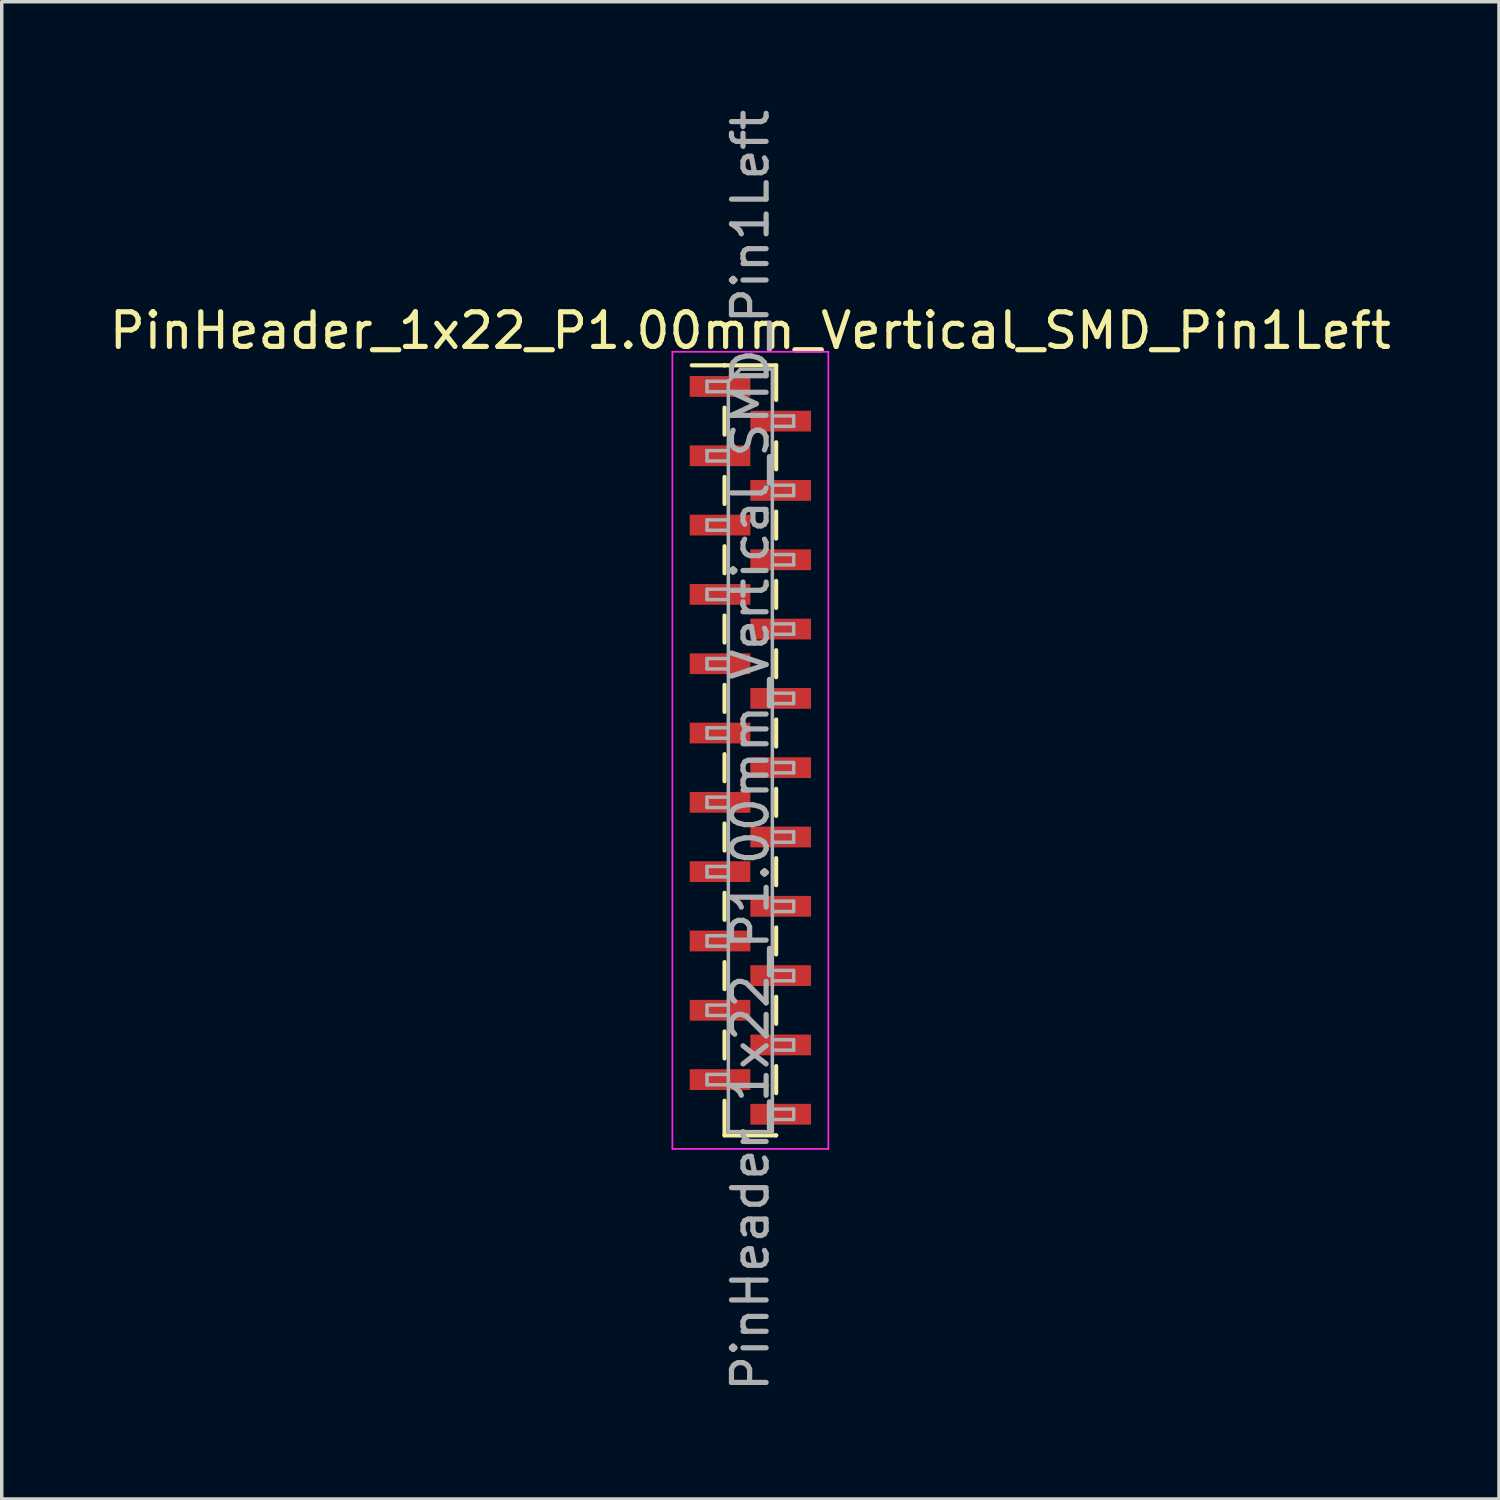
<source format=kicad_pcb>
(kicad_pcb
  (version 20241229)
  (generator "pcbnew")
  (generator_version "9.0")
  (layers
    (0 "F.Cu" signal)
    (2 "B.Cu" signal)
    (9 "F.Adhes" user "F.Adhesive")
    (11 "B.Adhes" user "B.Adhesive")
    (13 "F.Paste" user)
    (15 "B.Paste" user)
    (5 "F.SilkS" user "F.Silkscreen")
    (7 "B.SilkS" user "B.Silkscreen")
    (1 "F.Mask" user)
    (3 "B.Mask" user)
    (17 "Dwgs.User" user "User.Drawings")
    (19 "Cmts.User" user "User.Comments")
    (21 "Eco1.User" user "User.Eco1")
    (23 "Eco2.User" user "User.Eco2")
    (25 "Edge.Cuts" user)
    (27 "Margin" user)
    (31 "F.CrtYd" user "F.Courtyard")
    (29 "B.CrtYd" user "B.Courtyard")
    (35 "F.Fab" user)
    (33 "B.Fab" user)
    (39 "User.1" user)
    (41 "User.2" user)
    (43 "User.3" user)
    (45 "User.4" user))
  (footprint "PinHeader_1x22_P1.00mm_Vertical_SMD_Pin1Left"
    (layer "F.Cu")
    (at 18.601 18.601)
    (property "Reference" "PinHeader_1x22_P1.00mm_Vertical_SMD_Pin1Left" (at 0 -12.11 0) (layer "F.SilkS") (effects (font (size 1 1) (thickness 0.15))))
    (attr smd)
    (fp_line (start -0.745 -11.11) (end -1.69 -11.11) (stroke (width 0.12) (type solid)) (layer "F.SilkS"))
    (fp_line (start -0.745 -11.11) (end -0.745 -11.11) (stroke (width 0.12) (type solid)) (layer "F.SilkS"))
    (fp_line (start -0.745 -11.11) (end 0.745 -11.11) (stroke (width 0.12) (type solid)) (layer "F.SilkS"))
    (fp_line (start -0.745 -9.89) (end -0.745 -9.11) (stroke (width 0.12) (type solid)) (layer "F.SilkS"))
    (fp_line (start -0.745 -7.89) (end -0.745 -7.11) (stroke (width 0.12) (type solid)) (layer "F.SilkS"))
    (fp_line (start -0.745 -5.89) (end -0.745 -5.11) (stroke (width 0.12) (type solid)) (layer "F.SilkS"))
    (fp_line (start -0.745 -3.89) (end -0.745 -3.11) (stroke (width 0.12) (type solid)) (layer "F.SilkS"))
    (fp_line (start -0.745 -1.89) (end -0.745 -1.11) (stroke (width 0.12) (type solid)) (layer "F.SilkS"))
    (fp_line (start -0.745 0.11) (end -0.745 0.89) (stroke (width 0.12) (type solid)) (layer "F.SilkS"))
    (fp_line (start -0.745 2.11) (end -0.745 2.89) (stroke (width 0.12) (type solid)) (layer "F.SilkS"))
    (fp_line (start -0.745 4.11) (end -0.745 4.89) (stroke (width 0.12) (type solid)) (layer "F.SilkS"))
    (fp_line (start -0.745 6.11) (end -0.745 6.89) (stroke (width 0.12) (type solid)) (layer "F.SilkS"))
    (fp_line (start -0.745 8.11) (end -0.745 8.89) (stroke (width 0.12) (type solid)) (layer "F.SilkS"))
    (fp_line (start -0.745 10.11) (end -0.745 11.11) (stroke (width 0.12) (type solid)) (layer "F.SilkS"))
    (fp_line (start -0.745 11.11) (end 0.745 11.11) (stroke (width 0.12) (type solid)) (layer "F.SilkS"))
    (fp_line (start 0.745 -11.11) (end 0.745 -10.11) (stroke (width 0.12) (type solid)) (layer "F.SilkS"))
    (fp_line (start 0.745 -8.89) (end 0.745 -8.11) (stroke (width 0.12) (type solid)) (layer "F.SilkS"))
    (fp_line (start 0.745 -6.89) (end 0.745 -6.11) (stroke (width 0.12) (type solid)) (layer "F.SilkS"))
    (fp_line (start 0.745 -4.89) (end 0.745 -4.11) (stroke (width 0.12) (type solid)) (layer "F.SilkS"))
    (fp_line (start 0.745 -2.89) (end 0.745 -2.11) (stroke (width 0.12) (type solid)) (layer "F.SilkS"))
    (fp_line (start 0.745 -0.89) (end 0.745 -0.11) (stroke (width 0.12) (type solid)) (layer "F.SilkS"))
    (fp_line (start 0.745 1.11) (end 0.745 1.89) (stroke (width 0.12) (type solid)) (layer "F.SilkS"))
    (fp_line (start 0.745 3.11) (end 0.745 3.89) (stroke (width 0.12) (type solid)) (layer "F.SilkS"))
    (fp_line (start 0.745 5.11) (end 0.745 5.89) (stroke (width 0.12) (type solid)) (layer "F.SilkS"))
    (fp_line (start 0.745 7.11) (end 0.745 7.89) (stroke (width 0.12) (type solid)) (layer "F.SilkS"))
    (fp_line (start 0.745 9.11) (end 0.745 9.89) (stroke (width 0.12) (type solid)) (layer "F.SilkS"))
    (fp_line (start 0.745 11.11) (end 0.745 11.11) (stroke (width 0.12) (type solid)) (layer "F.SilkS"))
    (fp_line (start -2.25 -11.5) (end -2.25 11.5) (stroke (width 0.05) (type solid)) (layer "F.CrtYd"))
    (fp_line (start -2.25 11.5) (end 2.25 11.5) (stroke (width 0.05) (type solid)) (layer "F.CrtYd"))
    (fp_line (start 2.25 -11.5) (end -2.25 -11.5) (stroke (width 0.05) (type solid)) (layer "F.CrtYd"))
    (fp_line (start 2.25 11.5) (end 2.25 -11.5) (stroke (width 0.05) (type solid)) (layer "F.CrtYd"))
    (fp_line (start -1.25 -10.65) (end -1.25 -10.35) (stroke (width 0.1) (type solid)) (layer "F.Fab"))
    (fp_line (start -1.25 -10.35) (end -0.635 -10.35) (stroke (width 0.1) (type solid)) (layer "F.Fab"))
    (fp_line (start -1.25 -8.65) (end -1.25 -8.35) (stroke (width 0.1) (type solid)) (layer "F.Fab"))
    (fp_line (start -1.25 -8.35) (end -0.635 -8.35) (stroke (width 0.1) (type solid)) (layer "F.Fab"))
    (fp_line (start -1.25 -6.65) (end -1.25 -6.35) (stroke (width 0.1) (type solid)) (layer "F.Fab"))
    (fp_line (start -1.25 -6.35) (end -0.635 -6.35) (stroke (width 0.1) (type solid)) (layer "F.Fab"))
    (fp_line (start -1.25 -4.65) (end -1.25 -4.35) (stroke (width 0.1) (type solid)) (layer "F.Fab"))
    (fp_line (start -1.25 -4.35) (end -0.635 -4.35) (stroke (width 0.1) (type solid)) (layer "F.Fab"))
    (fp_line (start -1.25 -2.65) (end -1.25 -2.35) (stroke (width 0.1) (type solid)) (layer "F.Fab"))
    (fp_line (start -1.25 -2.35) (end -0.635 -2.35) (stroke (width 0.1) (type solid)) (layer "F.Fab"))
    (fp_line (start -1.25 -0.65) (end -1.25 -0.35) (stroke (width 0.1) (type solid)) (layer "F.Fab"))
    (fp_line (start -1.25 -0.35) (end -0.635 -0.35) (stroke (width 0.1) (type solid)) (layer "F.Fab"))
    (fp_line (start -1.25 1.35) (end -1.25 1.65) (stroke (width 0.1) (type solid)) (layer "F.Fab"))
    (fp_line (start -1.25 1.65) (end -0.635 1.65) (stroke (width 0.1) (type solid)) (layer "F.Fab"))
    (fp_line (start -1.25 3.35) (end -1.25 3.65) (stroke (width 0.1) (type solid)) (layer "F.Fab"))
    (fp_line (start -1.25 3.65) (end -0.635 3.65) (stroke (width 0.1) (type solid)) (layer "F.Fab"))
    (fp_line (start -1.25 5.35) (end -1.25 5.65) (stroke (width 0.1) (type solid)) (layer "F.Fab"))
    (fp_line (start -1.25 5.65) (end -0.635 5.65) (stroke (width 0.1) (type solid)) (layer "F.Fab"))
    (fp_line (start -1.25 7.35) (end -1.25 7.65) (stroke (width 0.1) (type solid)) (layer "F.Fab"))
    (fp_line (start -1.25 7.65) (end -0.635 7.65) (stroke (width 0.1) (type solid)) (layer "F.Fab"))
    (fp_line (start -1.25 9.35) (end -1.25 9.65) (stroke (width 0.1) (type solid)) (layer "F.Fab"))
    (fp_line (start -1.25 9.65) (end -0.635 9.65) (stroke (width 0.1) (type solid)) (layer "F.Fab"))
    (fp_line (start -0.635 -10.65) (end -1.25 -10.65) (stroke (width 0.1) (type solid)) (layer "F.Fab"))
    (fp_line (start -0.635 -10.65) (end -0.285 -11) (stroke (width 0.1) (type solid)) (layer "F.Fab"))
    (fp_line (start -0.635 -8.65) (end -1.25 -8.65) (stroke (width 0.1) (type solid)) (layer "F.Fab"))
    (fp_line (start -0.635 -6.65) (end -1.25 -6.65) (stroke (width 0.1) (type solid)) (layer "F.Fab"))
    (fp_line (start -0.635 -4.65) (end -1.25 -4.65) (stroke (width 0.1) (type solid)) (layer "F.Fab"))
    (fp_line (start -0.635 -2.65) (end -1.25 -2.65) (stroke (width 0.1) (type solid)) (layer "F.Fab"))
    (fp_line (start -0.635 -0.65) (end -1.25 -0.65) (stroke (width 0.1) (type solid)) (layer "F.Fab"))
    (fp_line (start -0.635 1.35) (end -1.25 1.35) (stroke (width 0.1) (type solid)) (layer "F.Fab"))
    (fp_line (start -0.635 3.35) (end -1.25 3.35) (stroke (width 0.1) (type solid)) (layer "F.Fab"))
    (fp_line (start -0.635 5.35) (end -1.25 5.35) (stroke (width 0.1) (type solid)) (layer "F.Fab"))
    (fp_line (start -0.635 7.35) (end -1.25 7.35) (stroke (width 0.1) (type solid)) (layer "F.Fab"))
    (fp_line (start -0.635 9.35) (end -1.25 9.35) (stroke (width 0.1) (type solid)) (layer "F.Fab"))
    (fp_line (start -0.635 11) (end -0.635 -10.65) (stroke (width 0.1) (type solid)) (layer "F.Fab"))
    (fp_line (start -0.285 -11) (end 0.635 -11) (stroke (width 0.1) (type solid)) (layer "F.Fab"))
    (fp_line (start 0.635 -11) (end 0.635 11) (stroke (width 0.1) (type solid)) (layer "F.Fab"))
    (fp_line (start 0.635 -9.65) (end 1.25 -9.65) (stroke (width 0.1) (type solid)) (layer "F.Fab"))
    (fp_line (start 0.635 -7.65) (end 1.25 -7.65) (stroke (width 0.1) (type solid)) (layer "F.Fab"))
    (fp_line (start 0.635 -5.65) (end 1.25 -5.65) (stroke (width 0.1) (type solid)) (layer "F.Fab"))
    (fp_line (start 0.635 -3.65) (end 1.25 -3.65) (stroke (width 0.1) (type solid)) (layer "F.Fab"))
    (fp_line (start 0.635 -1.65) (end 1.25 -1.65) (stroke (width 0.1) (type solid)) (layer "F.Fab"))
    (fp_line (start 0.635 0.35) (end 1.25 0.35) (stroke (width 0.1) (type solid)) (layer "F.Fab"))
    (fp_line (start 0.635 2.35) (end 1.25 2.35) (stroke (width 0.1) (type solid)) (layer "F.Fab"))
    (fp_line (start 0.635 4.35) (end 1.25 4.35) (stroke (width 0.1) (type solid)) (layer "F.Fab"))
    (fp_line (start 0.635 6.35) (end 1.25 6.35) (stroke (width 0.1) (type solid)) (layer "F.Fab"))
    (fp_line (start 0.635 8.35) (end 1.25 8.35) (stroke (width 0.1) (type solid)) (layer "F.Fab"))
    (fp_line (start 0.635 10.35) (end 1.25 10.35) (stroke (width 0.1) (type solid)) (layer "F.Fab"))
    (fp_line (start 0.635 11) (end -0.635 11) (stroke (width 0.1) (type solid)) (layer "F.Fab"))
    (fp_line (start 1.25 -9.65) (end 1.25 -9.35) (stroke (width 0.1) (type solid)) (layer "F.Fab"))
    (fp_line (start 1.25 -9.35) (end 0.635 -9.35) (stroke (width 0.1) (type solid)) (layer "F.Fab"))
    (fp_line (start 1.25 -7.65) (end 1.25 -7.35) (stroke (width 0.1) (type solid)) (layer "F.Fab"))
    (fp_line (start 1.25 -7.35) (end 0.635 -7.35) (stroke (width 0.1) (type solid)) (layer "F.Fab"))
    (fp_line (start 1.25 -5.65) (end 1.25 -5.35) (stroke (width 0.1) (type solid)) (layer "F.Fab"))
    (fp_line (start 1.25 -5.35) (end 0.635 -5.35) (stroke (width 0.1) (type solid)) (layer "F.Fab"))
    (fp_line (start 1.25 -3.65) (end 1.25 -3.35) (stroke (width 0.1) (type solid)) (layer "F.Fab"))
    (fp_line (start 1.25 -3.35) (end 0.635 -3.35) (stroke (width 0.1) (type solid)) (layer "F.Fab"))
    (fp_line (start 1.25 -1.65) (end 1.25 -1.35) (stroke (width 0.1) (type solid)) (layer "F.Fab"))
    (fp_line (start 1.25 -1.35) (end 0.635 -1.35) (stroke (width 0.1) (type solid)) (layer "F.Fab"))
    (fp_line (start 1.25 0.35) (end 1.25 0.65) (stroke (width 0.1) (type solid)) (layer "F.Fab"))
    (fp_line (start 1.25 0.65) (end 0.635 0.65) (stroke (width 0.1) (type solid)) (layer "F.Fab"))
    (fp_line (start 1.25 2.35) (end 1.25 2.65) (stroke (width 0.1) (type solid)) (layer "F.Fab"))
    (fp_line (start 1.25 2.65) (end 0.635 2.65) (stroke (width 0.1) (type solid)) (layer "F.Fab"))
    (fp_line (start 1.25 4.35) (end 1.25 4.65) (stroke (width 0.1) (type solid)) (layer "F.Fab"))
    (fp_line (start 1.25 4.65) (end 0.635 4.65) (stroke (width 0.1) (type solid)) (layer "F.Fab"))
    (fp_line (start 1.25 6.35) (end 1.25 6.65) (stroke (width 0.1) (type solid)) (layer "F.Fab"))
    (fp_line (start 1.25 6.65) (end 0.635 6.65) (stroke (width 0.1) (type solid)) (layer "F.Fab"))
    (fp_line (start 1.25 8.35) (end 1.25 8.65) (stroke (width 0.1) (type solid)) (layer "F.Fab"))
    (fp_line (start 1.25 8.65) (end 0.635 8.65) (stroke (width 0.1) (type solid)) (layer "F.Fab"))
    (fp_line (start 1.25 10.35) (end 1.25 10.65) (stroke (width 0.1) (type solid)) (layer "F.Fab"))
    (fp_line (start 1.25 10.65) (end 0.635 10.65) (stroke (width 0.1) (type solid)) (layer "F.Fab"))
    (fp_text user "${REFERENCE}" (at 0 0 90) (layer "F.Fab") (effects (font (size 1 1) (thickness 0.15))))
    (pad "1" smd rect (at -0.875 -10.5) (size 1.75 0.6) (layers "F.Cu" "F.Mask" "F.Paste"))
    (pad "2" smd rect (at 0.875 -9.5) (size 1.75 0.6) (layers "F.Cu" "F.Mask" "F.Paste"))
    (pad "3" smd rect (at -0.875 -8.5) (size 1.75 0.6) (layers "F.Cu" "F.Mask" "F.Paste"))
    (pad "4" smd rect (at 0.875 -7.5) (size 1.75 0.6) (layers "F.Cu" "F.Mask" "F.Paste"))
    (pad "5" smd rect (at -0.875 -6.5) (size 1.75 0.6) (layers "F.Cu" "F.Mask" "F.Paste"))
    (pad "6" smd rect (at 0.875 -5.5) (size 1.75 0.6) (layers "F.Cu" "F.Mask" "F.Paste"))
    (pad "7" smd rect (at -0.875 -4.5) (size 1.75 0.6) (layers "F.Cu" "F.Mask" "F.Paste"))
    (pad "8" smd rect (at 0.875 -3.5) (size 1.75 0.6) (layers "F.Cu" "F.Mask" "F.Paste"))
    (pad "9" smd rect (at -0.875 -2.5) (size 1.75 0.6) (layers "F.Cu" "F.Mask" "F.Paste"))
    (pad "10" smd rect (at 0.875 -1.5) (size 1.75 0.6) (layers "F.Cu" "F.Mask" "F.Paste"))
    (pad "11" smd rect (at -0.875 -0.5) (size 1.75 0.6) (layers "F.Cu" "F.Mask" "F.Paste"))
    (pad "12" smd rect (at 0.875 0.5) (size 1.75 0.6) (layers "F.Cu" "F.Mask" "F.Paste"))
    (pad "13" smd rect (at -0.875 1.5) (size 1.75 0.6) (layers "F.Cu" "F.Mask" "F.Paste"))
    (pad "14" smd rect (at 0.875 2.5) (size 1.75 0.6) (layers "F.Cu" "F.Mask" "F.Paste"))
    (pad "15" smd rect (at -0.875 3.5) (size 1.75 0.6) (layers "F.Cu" "F.Mask" "F.Paste"))
    (pad "16" smd rect (at 0.875 4.5) (size 1.75 0.6) (layers "F.Cu" "F.Mask" "F.Paste"))
    (pad "17" smd rect (at -0.875 5.5) (size 1.75 0.6) (layers "F.Cu" "F.Mask" "F.Paste"))
    (pad "18" smd rect (at 0.875 6.5) (size 1.75 0.6) (layers "F.Cu" "F.Mask" "F.Paste"))
    (pad "19" smd rect (at -0.875 7.5) (size 1.75 0.6) (layers "F.Cu" "F.Mask" "F.Paste"))
    (pad "20" smd rect (at 0.875 8.5) (size 1.75 0.6) (layers "F.Cu" "F.Mask" "F.Paste"))
    (pad "21" smd rect (at -0.875 9.5) (size 1.75 0.6) (layers "F.Cu" "F.Mask" "F.Paste"))
    (pad "22" smd rect (at 0.875 10.5) (size 1.75 0.6) (layers "F.Cu" "F.Mask" "F.Paste")))
  (gr_rect
    (start -3 -3)
    (end 40.202 40.202)
    (stroke (width 0.1) (type default))
    (fill no)
    (layer "Edge.Cuts")))
</source>
